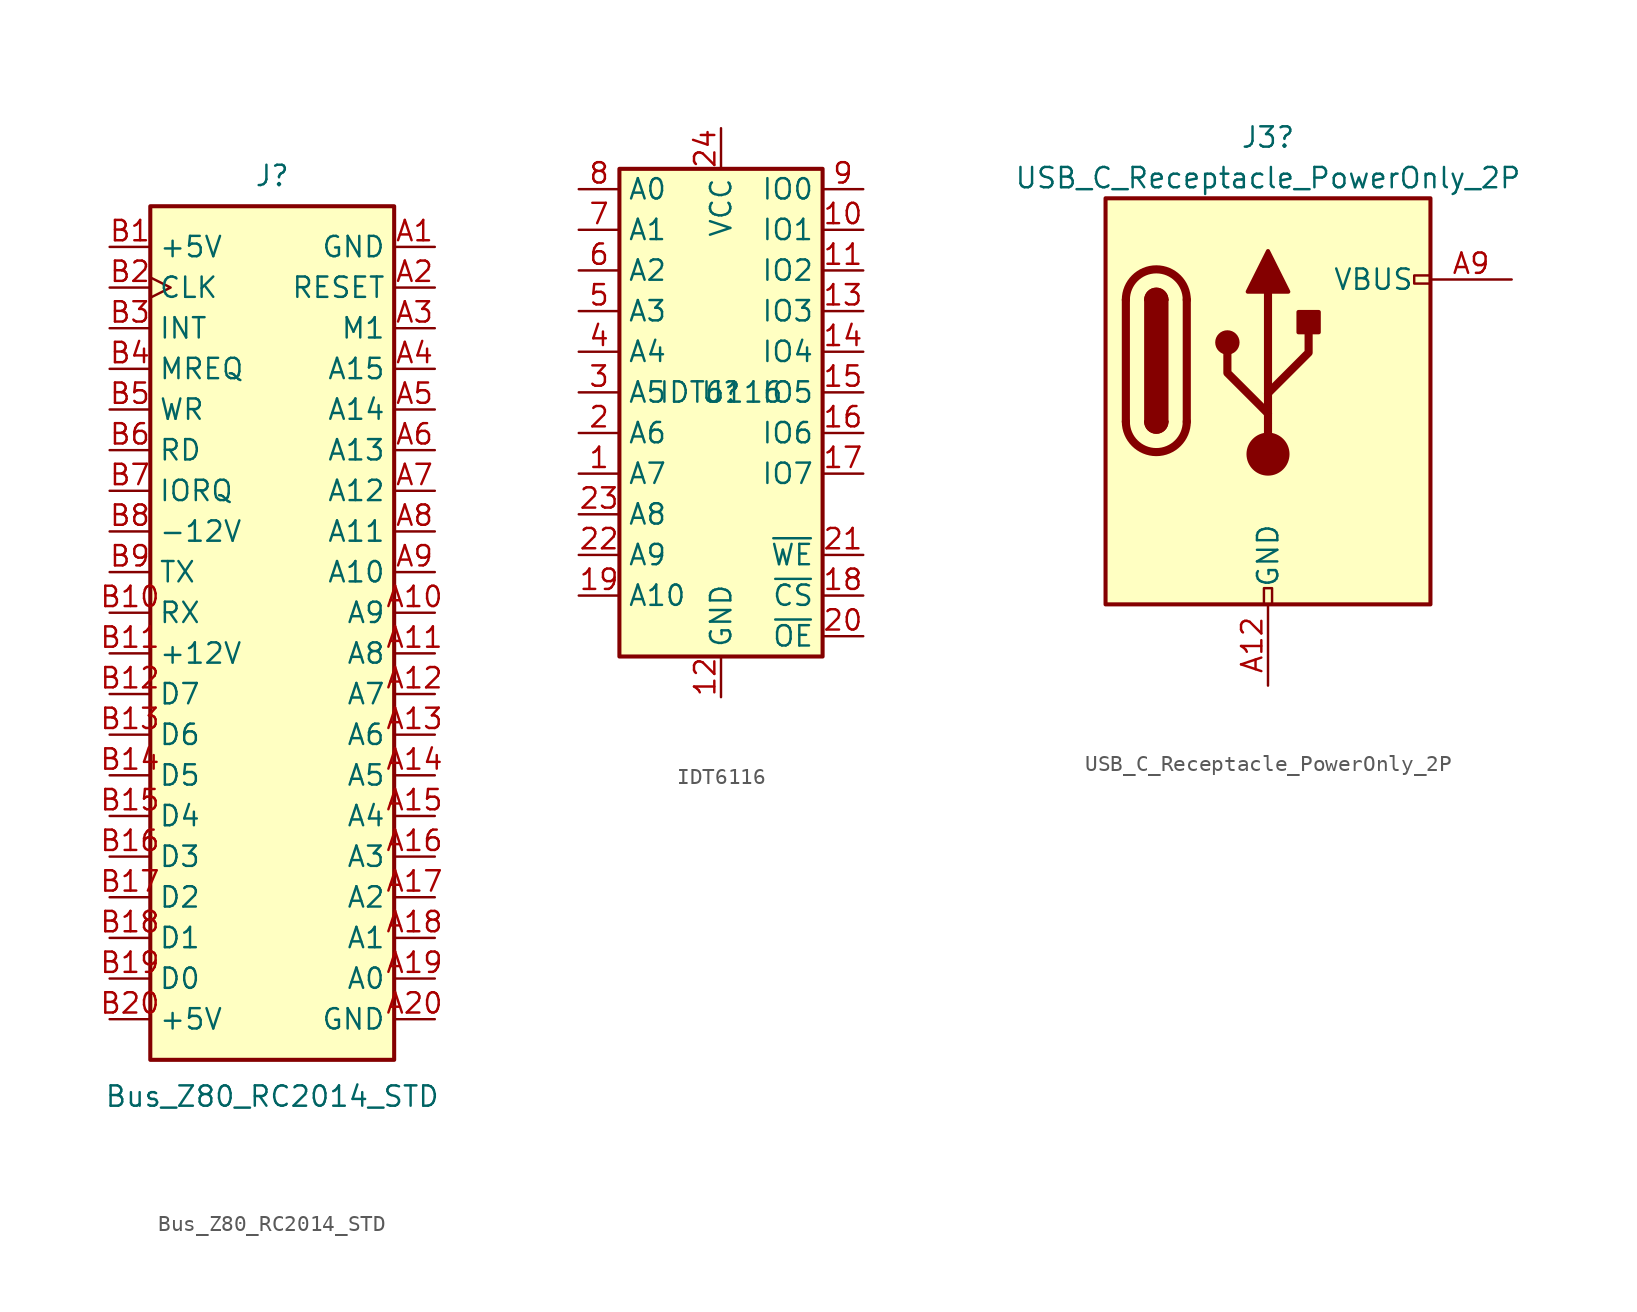
<source format=kicad_sym>
(kicad_symbol_lib
  (version 20241209)
  (generator "kicad_symbol_editor")
  (generator_version "9.0")
  (symbol "Bus_Z80_RC2014_STD"
    (property "Reference" "J"
      (at 0 17.145 0)
      (effects (font (size 1.27 1.27))))
    (property "Value" "Bus_Z80_RC2014_STD"
      (at 0 -40.386 0)
      (effects (font (size 1.27 1.27))))
    (symbol "Bus_Z80_RC2014_STD_0_1"
      (rectangle (start -7.62 15.24) (end 7.62 -38.1) (stroke (width 0.254) (type default)) (fill (type background))))
    (symbol "Bus_Z80_RC2014_STD_1_1"
      (pin power_in line (at -10.16 12.7 0) (length 2.54) (name "+5V" (effects (font (size 1.27 1.27)))) (number "B1" (effects (font (size 1.27 1.27)))))
      (pin passive clock (at -10.16 10.16 0) (length 2.54) (name "CLK" (effects (font (size 1.27 1.27)))) (number "B2" (effects (font (size 1.27 1.27)))))
      (pin passive line (at -10.16 7.62 0) (length 2.54) (name "INT" (effects (font (size 1.27 1.27)))) (number "B3" (effects (font (size 1.27 1.27)))))
      (pin passive line (at -10.16 5.08 0) (length 2.54) (name "MREQ" (effects (font (size 1.27 1.27)))) (number "B4" (effects (font (size 1.27 1.27)))))
      (pin passive line (at -10.16 2.54 0) (length 2.54) (name "WR" (effects (font (size 1.27 1.27)))) (number "B5" (effects (font (size 1.27 1.27)))))
      (pin passive line (at -10.16 0 0) (length 2.54) (name "RD" (effects (font (size 1.27 1.27)))) (number "B6" (effects (font (size 1.27 1.27)))))
      (pin passive line (at -10.16 -2.54 0) (length 2.54) (name "IORQ" (effects (font (size 1.27 1.27)))) (number "B7" (effects (font (size 1.27 1.27)))))
      (pin power_in line (at -10.16 -5.08 0) (length 2.54) (name "-12V" (effects (font (size 1.27 1.27)))) (number "B8" (effects (font (size 1.27 1.27)))))
      (pin tri_state line (at -10.16 -7.62 0) (length 2.54) (name "TX" (effects (font (size 1.27 1.27)))) (number "B9" (effects (font (size 1.27 1.27)))))
      (pin tri_state line (at -10.16 -10.16 0) (length 2.54) (name "RX" (effects (font (size 1.27 1.27)))) (number "B10" (effects (font (size 1.27 1.27)))))
      (pin power_in line (at -10.16 -12.7 0) (length 2.54) (name "+12V" (effects (font (size 1.27 1.27)))) (number "B11" (effects (font (size 1.27 1.27)))))
      (pin tri_state line (at -10.16 -15.24 0) (length 2.54) (name "D7" (effects (font (size 1.27 1.27)))) (number "B12" (effects (font (size 1.27 1.27)))))
      (pin tri_state line (at -10.16 -17.78 0) (length 2.54) (name "D6" (effects (font (size 1.27 1.27)))) (number "B13" (effects (font (size 1.27 1.27)))))
      (pin tri_state line (at -10.16 -20.32 0) (length 2.54) (name "D5" (effects (font (size 1.27 1.27)))) (number "B14" (effects (font (size 1.27 1.27)))))
      (pin tri_state line (at -10.16 -22.86 0) (length 2.54) (name "D4" (effects (font (size 1.27 1.27)))) (number "B15" (effects (font (size 1.27 1.27)))))
      (pin tri_state line (at -10.16 -25.4 0) (length 2.54) (name "D3" (effects (font (size 1.27 1.27)))) (number "B16" (effects (font (size 1.27 1.27)))))
      (pin tri_state line (at -10.16 -27.94 0) (length 2.54) (name "D2" (effects (font (size 1.27 1.27)))) (number "B17" (effects (font (size 1.27 1.27)))))
      (pin tri_state line (at -10.16 -30.48 0) (length 2.54) (name "D1" (effects (font (size 1.27 1.27)))) (number "B18" (effects (font (size 1.27 1.27)))))
      (pin tri_state line (at -10.16 -33.02 0) (length 2.54) (name "D0" (effects (font (size 1.27 1.27)))) (number "B19" (effects (font (size 1.27 1.27)))))
      (pin power_in line (at -10.16 -35.56 0) (length 2.54) (name "+5V" (effects (font (size 1.27 1.27)))) (number "B20" (effects (font (size 1.27 1.27)))))
      (pin power_in line (at 10.16 12.7 180) (length 2.54) (name "GND" (effects (font (size 1.27 1.27)))) (number "A1" (effects (font (size 1.27 1.27)))))
      (pin passive line (at 10.16 10.16 180) (length 2.54) (name "RESET" (effects (font (size 1.27 1.27)))) (number "A2" (effects (font (size 1.27 1.27)))))
      (pin passive line (at 10.16 7.62 180) (length 2.54) (name "M1" (effects (font (size 1.27 1.27)))) (number "A3" (effects (font (size 1.27 1.27)))))
      (pin tri_state line (at 10.16 5.08 180) (length 2.54) (name "A15" (effects (font (size 1.27 1.27)))) (number "A4" (effects (font (size 1.27 1.27)))))
      (pin tri_state line (at 10.16 2.54 180) (length 2.54) (name "A14" (effects (font (size 1.27 1.27)))) (number "A5" (effects (font (size 1.27 1.27)))))
      (pin tri_state line (at 10.16 0 180) (length 2.54) (name "A13" (effects (font (size 1.27 1.27)))) (number "A6" (effects (font (size 1.27 1.27)))))
      (pin tri_state line (at 10.16 -2.54 180) (length 2.54) (name "A12" (effects (font (size 1.27 1.27)))) (number "A7" (effects (font (size 1.27 1.27)))))
      (pin tri_state line (at 10.16 -5.08 180) (length 2.54) (name "A11" (effects (font (size 1.27 1.27)))) (number "A8" (effects (font (size 1.27 1.27)))))
      (pin tri_state line (at 10.16 -7.62 180) (length 2.54) (name "A10" (effects (font (size 1.27 1.27)))) (number "A9" (effects (font (size 1.27 1.27)))))
      (pin tri_state line (at 10.16 -10.16 180) (length 2.54) (name "A9" (effects (font (size 1.27 1.27)))) (number "A10" (effects (font (size 1.27 1.27)))))
      (pin tri_state line (at 10.16 -12.7 180) (length 2.54) (name "A8" (effects (font (size 1.27 1.27)))) (number "A11" (effects (font (size 1.27 1.27)))))
      (pin tri_state line (at 10.16 -15.24 180) (length 2.54) (name "A7" (effects (font (size 1.27 1.27)))) (number "A12" (effects (font (size 1.27 1.27)))))
      (pin tri_state line (at 10.16 -17.78 180) (length 2.54) (name "A6" (effects (font (size 1.27 1.27)))) (number "A13" (effects (font (size 1.27 1.27)))))
      (pin tri_state line (at 10.16 -20.32 180) (length 2.54) (name "A5" (effects (font (size 1.27 1.27)))) (number "A14" (effects (font (size 1.27 1.27)))))
      (pin tri_state line (at 10.16 -22.86 180) (length 2.54) (name "A4" (effects (font (size 1.27 1.27)))) (number "A15" (effects (font (size 1.27 1.27)))))
      (pin tri_state line (at 10.16 -25.4 180) (length 2.54) (name "A3" (effects (font (size 1.27 1.27)))) (number "A16" (effects (font (size 1.27 1.27)))))
      (pin tri_state line (at 10.16 -27.94 180) (length 2.54) (name "A2" (effects (font (size 1.27 1.27)))) (number "A17" (effects (font (size 1.27 1.27)))))
      (pin tri_state line (at 10.16 -30.48 180) (length 2.54) (name "A1" (effects (font (size 1.27 1.27)))) (number "A18" (effects (font (size 1.27 1.27)))))
      (pin tri_state line (at 10.16 -33.02 180) (length 2.54) (name "A0" (effects (font (size 1.27 1.27)))) (number "A19" (effects (font (size 1.27 1.27)))))
      (pin power_in line (at 10.16 -35.56 180) (length 2.54) (name "GND" (effects (font (size 1.27 1.27)))) (number "A20" (effects (font (size 1.27 1.27)))))))
  (symbol "IDT6116"
    (property "Reference" "U"
      (at 0 0 0)
      (effects (font (size 1.27 1.27))))
    (property "Value" "IDT6116"
      (at 0 0 0)
      (effects (font (size 1.27 1.27))))
    (symbol "IDT6116_0_1"
      (rectangle (start -6.35 13.97) (end 6.35 -16.51) (stroke (width 0.254) (type default)) (fill (type background))))
    (symbol "IDT6116_1_1"
      (pin input line (at -8.89 12.7 0) (length 2.54) (name "A0" (effects (font (size 1.27 1.27)))) (number "8" (effects (font (size 1.27 1.27)))))
      (pin input line (at -8.89 10.16 0) (length 2.54) (name "A1" (effects (font (size 1.27 1.27)))) (number "7" (effects (font (size 1.27 1.27)))))
      (pin input line (at -8.89 7.62 0) (length 2.54) (name "A2" (effects (font (size 1.27 1.27)))) (number "6" (effects (font (size 1.27 1.27)))))
      (pin input line (at -8.89 5.08 0) (length 2.54) (name "A3" (effects (font (size 1.27 1.27)))) (number "5" (effects (font (size 1.27 1.27)))))
      (pin input line (at -8.89 2.54 0) (length 2.54) (name "A4" (effects (font (size 1.27 1.27)))) (number "4" (effects (font (size 1.27 1.27)))))
      (pin input line (at -8.89 0 0) (length 2.54) (name "A5" (effects (font (size 1.27 1.27)))) (number "3" (effects (font (size 1.27 1.27)))))
      (pin input line (at -8.89 -2.54 0) (length 2.54) (name "A6" (effects (font (size 1.27 1.27)))) (number "2" (effects (font (size 1.27 1.27)))))
      (pin input line (at -8.89 -5.08 0) (length 2.54) (name "A7" (effects (font (size 1.27 1.27)))) (number "1" (effects (font (size 1.27 1.27)))))
      (pin input line (at -8.89 -7.62 0) (length 2.54) (name "A8" (effects (font (size 1.27 1.27)))) (number "23" (effects (font (size 1.27 1.27)))))
      (pin input line (at -8.89 -10.16 0) (length 2.54) (name "A9" (effects (font (size 1.27 1.27)))) (number "22" (effects (font (size 1.27 1.27)))))
      (pin input line (at -8.89 -12.7 0) (length 2.54) (name "A10" (effects (font (size 1.27 1.27)))) (number "19" (effects (font (size 1.27 1.27)))))
      (pin power_in line (at 0 16.51 270) (length 2.54) (name "VCC" (effects (font (size 1.27 1.27)))) (number "24" (effects (font (size 1.27 1.27)))))
      (pin power_in line (at 0 -19.05 90) (length 2.54) (name "GND" (effects (font (size 1.27 1.27)))) (number "12" (effects (font (size 1.27 1.27)))))
      (pin bidirectional line (at 8.89 12.7 180) (length 2.54) (name "IO0" (effects (font (size 1.27 1.27)))) (number "9" (effects (font (size 1.27 1.27)))))
      (pin bidirectional line (at 8.89 10.16 180) (length 2.54) (name "IO1" (effects (font (size 1.27 1.27)))) (number "10" (effects (font (size 1.27 1.27)))))
      (pin bidirectional line (at 8.89 7.62 180) (length 2.54) (name "IO2" (effects (font (size 1.27 1.27)))) (number "11" (effects (font (size 1.27 1.27)))))
      (pin bidirectional line (at 8.89 5.08 180) (length 2.54) (name "IO3" (effects (font (size 1.27 1.27)))) (number "13" (effects (font (size 1.27 1.27)))))
      (pin bidirectional line (at 8.89 2.54 180) (length 2.54) (name "IO4" (effects (font (size 1.27 1.27)))) (number "14" (effects (font (size 1.27 1.27)))))
      (pin bidirectional line (at 8.89 0 180) (length 2.54) (name "IO5" (effects (font (size 1.27 1.27)))) (number "15" (effects (font (size 1.27 1.27)))))
      (pin bidirectional line (at 8.89 -2.54 180) (length 2.54) (name "IO6" (effects (font (size 1.27 1.27)))) (number "16" (effects (font (size 1.27 1.27)))))
      (pin bidirectional line (at 8.89 -5.08 180) (length 2.54) (name "IO7" (effects (font (size 1.27 1.27)))) (number "17" (effects (font (size 1.27 1.27)))))
      (pin input line (at 8.89 -10.16 180) (length 2.54) (name "~{WE}" (effects (font (size 1.27 1.27)))) (number "21" (effects (font (size 1.27 1.27)))))
      (pin input line (at 8.89 -12.7 180) (length 2.54) (name "~{CS}" (effects (font (size 1.27 1.27)))) (number "18" (effects (font (size 1.27 1.27)))))
      (pin input line (at 8.89 -15.24 180) (length 2.54) (name "~{OE}" (effects (font (size 1.27 1.27)))) (number "20" (effects (font (size 1.27 1.27)))))))
  (symbol "USB_C_Receptacle_PowerOnly_2P"
    (pin_names
      (offset 1.016))
    (property "Reference" "J3"
      (at 0 16.51 0)
      (effects (font (size 1.27 1.27))))
    (property "Value" "USB_C_Receptacle_PowerOnly_2P"
      (at 0 13.97 0)
      (effects (font (size 1.27 1.27))))
    (symbol "USB_C_Receptacle_PowerOnly_2P_0_0"
      (rectangle (start -0.254 -12.7) (end 0.254 -11.684) (stroke (width 0) (type default)) (fill (type none)))
      (rectangle (start 10.16 7.874) (end 9.144 7.366) (stroke (width 0) (type default)) (fill (type none))))
    (symbol "USB_C_Receptacle_PowerOnly_2P_0_1"
      (rectangle (start -10.16 12.7) (end 10.16 -12.7) (stroke (width 0.254) (type default)) (fill (type background)))
      (polyline (pts (xy -8.89 -1.27) (xy -8.89 6.35)) (stroke (width 0.508) (type default)) (fill (type none)))
      (rectangle (start -7.62 -1.27) (end -6.35 6.35) (stroke (width 0.254) (type default)) (fill (type outline)))
      (arc (start -7.62 6.35) (mid -6.985 6.9823) (end -6.35 6.35) (stroke (width 0.254) (type default)) (fill (type none)))
      (arc (start -7.62 6.35) (mid -6.985 6.9823) (end -6.35 6.35) (stroke (width 0.254) (type default)) (fill (type outline)))
      (arc (start -8.89 6.35) (mid -6.985 8.2467) (end -5.08 6.35) (stroke (width 0.508) (type default)) (fill (type none)))
      (arc (start -5.08 -1.27) (mid -6.985 -3.1667) (end -8.89 -1.27) (stroke (width 0.508) (type default)) (fill (type none)))
      (arc (start -6.35 -1.27) (mid -6.985 -1.9023) (end -7.62 -1.27) (stroke (width 0.254) (type default)) (fill (type none)))
      (arc (start -6.35 -1.27) (mid -6.985 -1.9023) (end -7.62 -1.27) (stroke (width 0.254) (type default)) (fill (type outline)))
      (polyline (pts (xy -5.08 6.35) (xy -5.08 -1.27)) (stroke (width 0.508) (type default)) (fill (type none)))
      (circle (center -2.54 3.683) (radius 0.635) (stroke (width 0.254) (type default)) (fill (type outline)))
      (polyline (pts (xy -1.27 6.858) (xy 0 9.398) (xy 1.27 6.858) (xy -1.27 6.858)) (stroke (width 0.254) (type default)) (fill (type outline)))
      (polyline (pts (xy 0 0.508) (xy 2.54 3.048) (xy 2.54 4.318)) (stroke (width 0.508) (type default)) (fill (type none)))
      (polyline (pts (xy 0 -0.762) (xy -2.54 1.778) (xy -2.54 3.048)) (stroke (width 0.508) (type default)) (fill (type none)))
      (polyline (pts (xy 0 -3.302) (xy 0 6.858)) (stroke (width 0.508) (type default)) (fill (type none)))
      (circle (center 0 -3.302) (radius 1.27) (stroke (width 0) (type default)) (fill (type outline)))
      (rectangle (start 1.905 4.318) (end 3.175 5.588) (stroke (width 0.254) (type default)) (fill (type outline))))
    (symbol "USB_C_Receptacle_PowerOnly_2P_1_1"
      (pin passive line (at 0 -17.78 90) (length 5.08) (name "GND" (effects (font (size 1.27 1.27)))) (number "A12" (effects (font (size 1.27 1.27)))))
      (pin passive line (at 0 -17.78 90) (length 5.08) (hide yes) (name "GND" (effects (font (size 1.27 1.27)))) (number "B12" (effects (font (size 1.27 1.27)))))
      (pin passive line (at 15.24 7.62 180) (length 5.08) (name "VBUS" (effects (font (size 1.27 1.27)))) (number "A9" (effects (font (size 1.27 1.27)))))
      (pin passive line (at 15.24 7.62 180) (length 5.08) (hide yes) (name "VBUS" (effects (font (size 1.27 1.27)))) (number "B9" (effects (font (size 1.27 1.27))))))))
</source>
